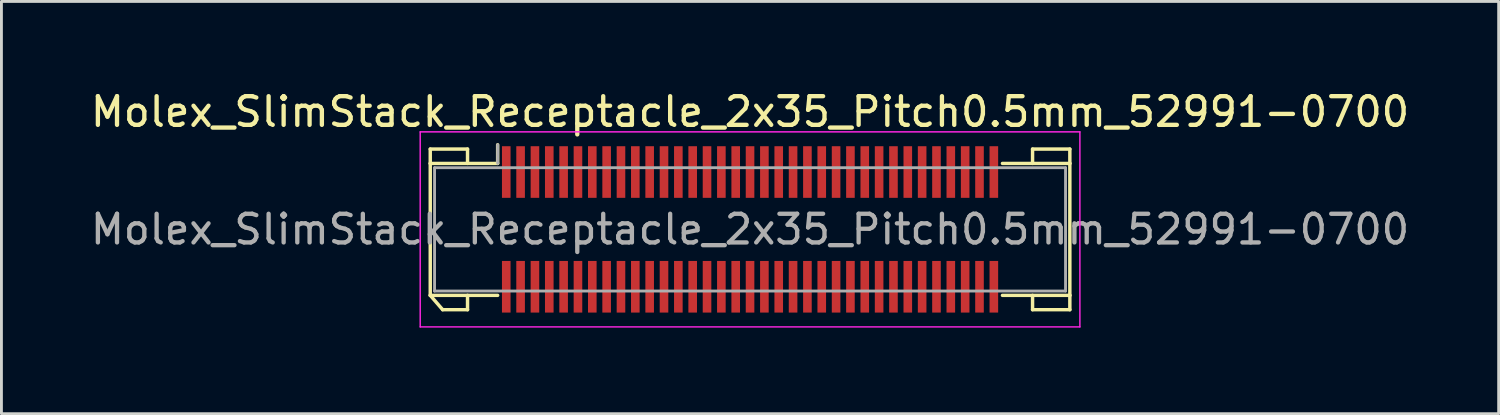
<source format=kicad_pcb>
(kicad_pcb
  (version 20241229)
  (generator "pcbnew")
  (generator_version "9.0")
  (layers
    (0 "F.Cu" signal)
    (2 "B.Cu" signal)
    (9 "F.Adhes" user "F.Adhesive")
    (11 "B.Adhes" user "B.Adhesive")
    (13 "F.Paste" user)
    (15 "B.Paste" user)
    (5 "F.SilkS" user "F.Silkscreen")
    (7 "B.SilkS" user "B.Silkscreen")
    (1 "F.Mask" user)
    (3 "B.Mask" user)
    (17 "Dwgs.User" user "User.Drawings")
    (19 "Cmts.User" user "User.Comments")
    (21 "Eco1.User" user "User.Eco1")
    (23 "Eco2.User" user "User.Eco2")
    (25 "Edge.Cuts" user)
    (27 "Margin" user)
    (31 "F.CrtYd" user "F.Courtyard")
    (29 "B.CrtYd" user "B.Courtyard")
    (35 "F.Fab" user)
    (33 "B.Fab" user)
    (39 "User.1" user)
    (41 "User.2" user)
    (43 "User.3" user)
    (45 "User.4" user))
  (footprint "Molex_SlimStack_Receptacle_2x35_Pitch0.5mm_52991-0700"
    (layer "F.Cu")
    (at 23.101 4.948)
    (property "Reference" "Molex_SlimStack_Receptacle_2x35_Pitch0.5mm_52991-0700" (at 0 -4.1 0) (layer "F.SilkS") (effects (font (size 1 1) (thickness 0.15))))
    (attr smd)
    (fp_line (start -11.15 -2.8) (end -9.85 -2.8) (stroke (width 0.12) (type solid)) (layer "F.SilkS"))
    (fp_line (start -11.15 -2.3) (end -11.15 -2.8) (stroke (width 0.12) (type solid)) (layer "F.SilkS"))
    (fp_line (start -11.15 -2.3) (end -8.8 -2.3) (stroke (width 0.12) (type solid)) (layer "F.SilkS"))
    (fp_line (start -11.15 2.3) (end -11.15 -2.3) (stroke (width 0.12) (type solid)) (layer "F.SilkS"))
    (fp_line (start -11.15 2.3) (end -10.717 2.8) (stroke (width 0.12) (type solid)) (layer "F.SilkS"))
    (fp_line (start -10.717 2.8) (end -9.85 2.8) (stroke (width 0.12) (type solid)) (layer "F.SilkS"))
    (fp_line (start -9.85 -2.8) (end -9.85 -2.3) (stroke (width 0.12) (type solid)) (layer "F.SilkS"))
    (fp_line (start -9.85 2.8) (end -9.85 2.3) (stroke (width 0.12) (type solid)) (layer "F.SilkS"))
    (fp_line (start -8.8 -2.3) (end -8.8 -2.95) (stroke (width 0.12) (type solid)) (layer "F.SilkS"))
    (fp_line (start -8.8 2.3) (end -11.15 2.3) (stroke (width 0.12) (type solid)) (layer "F.SilkS"))
    (fp_line (start 8.8 2.3) (end 11.15 2.3) (stroke (width 0.12) (type solid)) (layer "F.SilkS"))
    (fp_line (start 9.85 -2.8) (end 9.85 -2.3) (stroke (width 0.12) (type solid)) (layer "F.SilkS"))
    (fp_line (start 9.85 2.8) (end 9.85 2.3) (stroke (width 0.12) (type solid)) (layer "F.SilkS"))
    (fp_line (start 11.15 -2.8) (end 9.85 -2.8) (stroke (width 0.12) (type solid)) (layer "F.SilkS"))
    (fp_line (start 11.15 -2.3) (end 8.8 -2.3) (stroke (width 0.12) (type solid)) (layer "F.SilkS"))
    (fp_line (start 11.15 -2.3) (end 11.15 -2.8) (stroke (width 0.12) (type solid)) (layer "F.SilkS"))
    (fp_line (start 11.15 2.3) (end 11.15 -2.3) (stroke (width 0.12) (type solid)) (layer "F.SilkS"))
    (fp_line (start 11.15 2.3) (end 11.15 2.8) (stroke (width 0.12) (type solid)) (layer "F.SilkS"))
    (fp_line (start 11.15 2.8) (end 9.85 2.8) (stroke (width 0.12) (type solid)) (layer "F.SilkS"))
    (fp_line (start -11.5 -3.4) (end -11.5 3.4) (stroke (width 0.05) (type solid)) (layer "F.CrtYd"))
    (fp_line (start -11.5 3.4) (end 11.5 3.4) (stroke (width 0.05) (type solid)) (layer "F.CrtYd"))
    (fp_line (start 11.5 -3.4) (end -11.5 -3.4) (stroke (width 0.05) (type solid)) (layer "F.CrtYd"))
    (fp_line (start 11.5 3.4) (end 11.5 -3.4) (stroke (width 0.05) (type solid)) (layer "F.CrtYd"))
    (fp_line (start -11 -2.15) (end -11 2.15) (stroke (width 0.1) (type solid)) (layer "F.Fab"))
    (fp_line (start -11 2.15) (end 11 2.15) (stroke (width 0.1) (type solid)) (layer "F.Fab"))
    (fp_line (start -8.8 -2.3) (end -8.8 -2.95) (stroke (width 0.1) (type solid)) (layer "F.Fab"))
    (fp_line (start 11 -2.15) (end -11 -2.15) (stroke (width 0.1) (type solid)) (layer "F.Fab"))
    (fp_line (start 11 2.15) (end 11 -2.15) (stroke (width 0.1) (type solid)) (layer "F.Fab"))
    (fp_text user "${REFERENCE}" (at 0 0 0) (layer "F.Fab") (effects (font (size 1 1) (thickness 0.15))))
    (pad "1" smd rect (at -8.5 -2) (size 0.3 1.8) (layers "F.Cu" "F.Mask" "F.Paste"))
    (pad "2" smd rect (at -8.5 2) (size 0.3 1.8) (layers "F.Cu" "F.Mask" "F.Paste"))
    (pad "3" smd rect (at -8 -2) (size 0.3 1.8) (layers "F.Cu" "F.Mask" "F.Paste"))
    (pad "4" smd rect (at -8 2) (size 0.3 1.8) (layers "F.Cu" "F.Mask" "F.Paste"))
    (pad "5" smd rect (at -7.5 -2) (size 0.3 1.8) (layers "F.Cu" "F.Mask" "F.Paste"))
    (pad "6" smd rect (at -7.5 2) (size 0.3 1.8) (layers "F.Cu" "F.Mask" "F.Paste"))
    (pad "7" smd rect (at -7 -2) (size 0.3 1.8) (layers "F.Cu" "F.Mask" "F.Paste"))
    (pad "8" smd rect (at -7 2) (size 0.3 1.8) (layers "F.Cu" "F.Mask" "F.Paste"))
    (pad "9" smd rect (at -6.5 -2) (size 0.3 1.8) (layers "F.Cu" "F.Mask" "F.Paste"))
    (pad "10" smd rect (at -6.5 2) (size 0.3 1.8) (layers "F.Cu" "F.Mask" "F.Paste"))
    (pad "11" smd rect (at -6 -2) (size 0.3 1.8) (layers "F.Cu" "F.Mask" "F.Paste"))
    (pad "12" smd rect (at -6 2) (size 0.3 1.8) (layers "F.Cu" "F.Mask" "F.Paste"))
    (pad "13" smd rect (at -5.5 -2) (size 0.3 1.8) (layers "F.Cu" "F.Mask" "F.Paste"))
    (pad "14" smd rect (at -5.5 2) (size 0.3 1.8) (layers "F.Cu" "F.Mask" "F.Paste"))
    (pad "15" smd rect (at -5 -2) (size 0.3 1.8) (layers "F.Cu" "F.Mask" "F.Paste"))
    (pad "16" smd rect (at -5 2) (size 0.3 1.8) (layers "F.Cu" "F.Mask" "F.Paste"))
    (pad "17" smd rect (at -4.5 -2) (size 0.3 1.8) (layers "F.Cu" "F.Mask" "F.Paste"))
    (pad "18" smd rect (at -4.5 2) (size 0.3 1.8) (layers "F.Cu" "F.Mask" "F.Paste"))
    (pad "19" smd rect (at -4 -2) (size 0.3 1.8) (layers "F.Cu" "F.Mask" "F.Paste"))
    (pad "20" smd rect (at -4 2) (size 0.3 1.8) (layers "F.Cu" "F.Mask" "F.Paste"))
    (pad "21" smd rect (at -3.5 -2) (size 0.3 1.8) (layers "F.Cu" "F.Mask" "F.Paste"))
    (pad "22" smd rect (at -3.5 2) (size 0.3 1.8) (layers "F.Cu" "F.Mask" "F.Paste"))
    (pad "23" smd rect (at -3 -2) (size 0.3 1.8) (layers "F.Cu" "F.Mask" "F.Paste"))
    (pad "24" smd rect (at -3 2) (size 0.3 1.8) (layers "F.Cu" "F.Mask" "F.Paste"))
    (pad "25" smd rect (at -2.5 -2) (size 0.3 1.8) (layers "F.Cu" "F.Mask" "F.Paste"))
    (pad "26" smd rect (at -2.5 2) (size 0.3 1.8) (layers "F.Cu" "F.Mask" "F.Paste"))
    (pad "27" smd rect (at -2 -2) (size 0.3 1.8) (layers "F.Cu" "F.Mask" "F.Paste"))
    (pad "28" smd rect (at -2 2) (size 0.3 1.8) (layers "F.Cu" "F.Mask" "F.Paste"))
    (pad "29" smd rect (at -1.5 -2) (size 0.3 1.8) (layers "F.Cu" "F.Mask" "F.Paste"))
    (pad "30" smd rect (at -1.5 2) (size 0.3 1.8) (layers "F.Cu" "F.Mask" "F.Paste"))
    (pad "31" smd rect (at -1 -2) (size 0.3 1.8) (layers "F.Cu" "F.Mask" "F.Paste"))
    (pad "32" smd rect (at -1 2) (size 0.3 1.8) (layers "F.Cu" "F.Mask" "F.Paste"))
    (pad "33" smd rect (at -0.5 -2) (size 0.3 1.8) (layers "F.Cu" "F.Mask" "F.Paste"))
    (pad "34" smd rect (at -0.5 2) (size 0.3 1.8) (layers "F.Cu" "F.Mask" "F.Paste"))
    (pad "35" smd rect (at 0 -2) (size 0.3 1.8) (layers "F.Cu" "F.Mask" "F.Paste"))
    (pad "36" smd rect (at 0 2) (size 0.3 1.8) (layers "F.Cu" "F.Mask" "F.Paste"))
    (pad "37" smd rect (at 0.5 -2) (size 0.3 1.8) (layers "F.Cu" "F.Mask" "F.Paste"))
    (pad "38" smd rect (at 0.5 2) (size 0.3 1.8) (layers "F.Cu" "F.Mask" "F.Paste"))
    (pad "39" smd rect (at 1 -2) (size 0.3 1.8) (layers "F.Cu" "F.Mask" "F.Paste"))
    (pad "40" smd rect (at 1 2) (size 0.3 1.8) (layers "F.Cu" "F.Mask" "F.Paste"))
    (pad "41" smd rect (at 1.5 -2) (size 0.3 1.8) (layers "F.Cu" "F.Mask" "F.Paste"))
    (pad "42" smd rect (at 1.5 2) (size 0.3 1.8) (layers "F.Cu" "F.Mask" "F.Paste"))
    (pad "43" smd rect (at 2 -2) (size 0.3 1.8) (layers "F.Cu" "F.Mask" "F.Paste"))
    (pad "44" smd rect (at 2 2) (size 0.3 1.8) (layers "F.Cu" "F.Mask" "F.Paste"))
    (pad "45" smd rect (at 2.5 -2) (size 0.3 1.8) (layers "F.Cu" "F.Mask" "F.Paste"))
    (pad "46" smd rect (at 2.5 2) (size 0.3 1.8) (layers "F.Cu" "F.Mask" "F.Paste"))
    (pad "47" smd rect (at 3 -2) (size 0.3 1.8) (layers "F.Cu" "F.Mask" "F.Paste"))
    (pad "48" smd rect (at 3 2) (size 0.3 1.8) (layers "F.Cu" "F.Mask" "F.Paste"))
    (pad "49" smd rect (at 3.5 -2) (size 0.3 1.8) (layers "F.Cu" "F.Mask" "F.Paste"))
    (pad "50" smd rect (at 3.5 2) (size 0.3 1.8) (layers "F.Cu" "F.Mask" "F.Paste"))
    (pad "51" smd rect (at 4 -2) (size 0.3 1.8) (layers "F.Cu" "F.Mask" "F.Paste"))
    (pad "52" smd rect (at 4 2) (size 0.3 1.8) (layers "F.Cu" "F.Mask" "F.Paste"))
    (pad "53" smd rect (at 4.5 -2) (size 0.3 1.8) (layers "F.Cu" "F.Mask" "F.Paste"))
    (pad "54" smd rect (at 4.5 2) (size 0.3 1.8) (layers "F.Cu" "F.Mask" "F.Paste"))
    (pad "55" smd rect (at 5 -2) (size 0.3 1.8) (layers "F.Cu" "F.Mask" "F.Paste"))
    (pad "56" smd rect (at 5 2) (size 0.3 1.8) (layers "F.Cu" "F.Mask" "F.Paste"))
    (pad "57" smd rect (at 5.5 -2) (size 0.3 1.8) (layers "F.Cu" "F.Mask" "F.Paste"))
    (pad "58" smd rect (at 5.5 2) (size 0.3 1.8) (layers "F.Cu" "F.Mask" "F.Paste"))
    (pad "59" smd rect (at 6 -2) (size 0.3 1.8) (layers "F.Cu" "F.Mask" "F.Paste"))
    (pad "60" smd rect (at 6 2) (size 0.3 1.8) (layers "F.Cu" "F.Mask" "F.Paste"))
    (pad "61" smd rect (at 6.5 -2) (size 0.3 1.8) (layers "F.Cu" "F.Mask" "F.Paste"))
    (pad "62" smd rect (at 6.5 2) (size 0.3 1.8) (layers "F.Cu" "F.Mask" "F.Paste"))
    (pad "63" smd rect (at 7 -2) (size 0.3 1.8) (layers "F.Cu" "F.Mask" "F.Paste"))
    (pad "64" smd rect (at 7 2) (size 0.3 1.8) (layers "F.Cu" "F.Mask" "F.Paste"))
    (pad "65" smd rect (at 7.5 -2) (size 0.3 1.8) (layers "F.Cu" "F.Mask" "F.Paste"))
    (pad "66" smd rect (at 7.5 2) (size 0.3 1.8) (layers "F.Cu" "F.Mask" "F.Paste"))
    (pad "67" smd rect (at 8 -2) (size 0.3 1.8) (layers "F.Cu" "F.Mask" "F.Paste"))
    (pad "68" smd rect (at 8 2) (size 0.3 1.8) (layers "F.Cu" "F.Mask" "F.Paste"))
    (pad "69" smd rect (at 8.5 -2) (size 0.3 1.8) (layers "F.Cu" "F.Mask" "F.Paste"))
    (pad "70" smd rect (at 8.5 2) (size 0.3 1.8) (layers "F.Cu" "F.Mask" "F.Paste")))
  (gr_rect
    (start -3 -3)
    (end 49.202 11.373)
    (stroke (width 0.1) (type default))
    (fill no)
    (layer "Edge.Cuts")))
</source>
